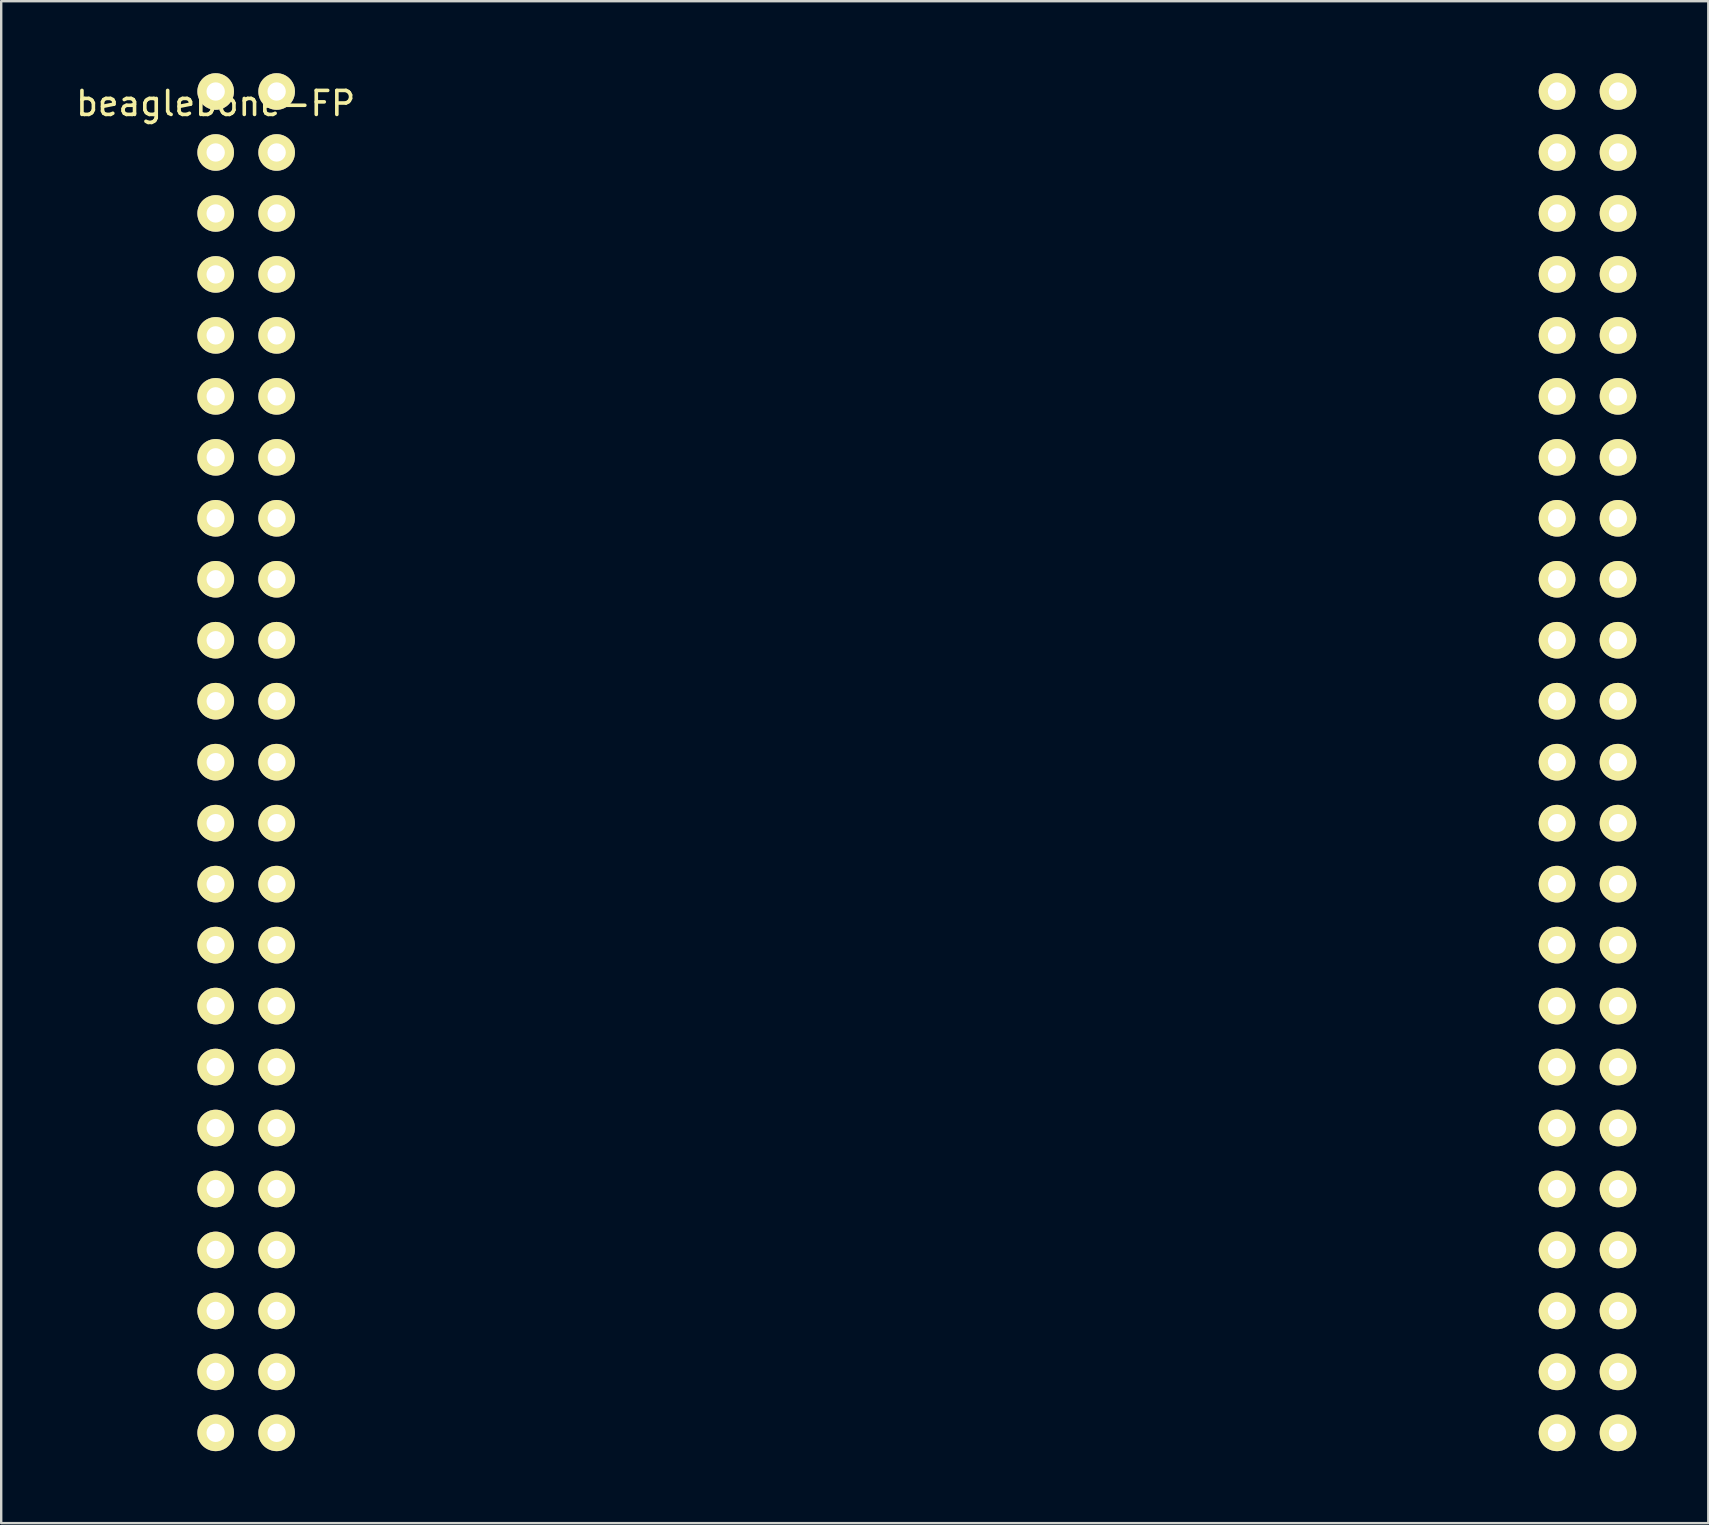
<source format=kicad_pcb>
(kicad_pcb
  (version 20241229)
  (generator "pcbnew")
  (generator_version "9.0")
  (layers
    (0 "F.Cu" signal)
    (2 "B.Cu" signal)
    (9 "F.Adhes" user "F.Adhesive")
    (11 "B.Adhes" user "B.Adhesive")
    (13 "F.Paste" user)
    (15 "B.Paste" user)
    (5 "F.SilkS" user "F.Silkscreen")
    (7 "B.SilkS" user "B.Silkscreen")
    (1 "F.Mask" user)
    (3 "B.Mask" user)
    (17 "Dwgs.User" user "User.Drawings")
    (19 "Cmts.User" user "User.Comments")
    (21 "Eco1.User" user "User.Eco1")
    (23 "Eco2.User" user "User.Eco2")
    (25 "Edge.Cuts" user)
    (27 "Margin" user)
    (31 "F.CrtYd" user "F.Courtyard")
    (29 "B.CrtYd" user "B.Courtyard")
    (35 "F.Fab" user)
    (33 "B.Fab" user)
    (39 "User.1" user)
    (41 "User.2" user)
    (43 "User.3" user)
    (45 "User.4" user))
  (footprint "beaglebone-FP"
    (layer "F.Cu")
    (at 7.205 0.762)
    (property "Reference" "beaglebone-FP" (at -1.27 0.5 0) (layer "F.SilkS") (effects (font (size 1 1) (thickness 0.15))))
    (attr through_hole)
    (pad "81" thru_hole circle (at 54.61 0) (size 1.524 1.524) (drill 0.762) (layers "*.Cu" "*.Mask" "F.SilkS"))
    (pad "82" thru_hole circle (at 57.15 0) (size 1.524 1.524) (drill 0.762) (layers "*.Cu" "*.Mask" "F.SilkS"))
    (pad "83" thru_hole circle (at 54.61 2.54) (size 1.524 1.524) (drill 0.762) (layers "*.Cu" "*.Mask" "F.SilkS"))
    (pad "84" thru_hole circle (at 57.15 2.54) (size 1.524 1.524) (drill 0.762) (layers "*.Cu" "*.Mask" "F.SilkS"))
    (pad "85" thru_hole circle (at 54.61 5.08) (size 1.524 1.524) (drill 0.762) (layers "*.Cu" "*.Mask" "F.SilkS"))
    (pad "86" thru_hole circle (at 57.15 5.08) (size 1.524 1.524) (drill 0.762) (layers "*.Cu" "*.Mask" "F.SilkS"))
    (pad "87" thru_hole circle (at 54.61 7.62) (size 1.524 1.524) (drill 0.762) (layers "*.Cu" "*.Mask" "F.SilkS"))
    (pad "88" thru_hole circle (at 57.15 7.62) (size 1.524 1.524) (drill 0.762) (layers "*.Cu" "*.Mask" "F.SilkS"))
    (pad "89" thru_hole circle (at 54.61 10.16) (size 1.524 1.524) (drill 0.762) (layers "*.Cu" "*.Mask" "F.SilkS"))
    (pad "90" thru_hole circle (at 57.15 10.16) (size 1.524 1.524) (drill 0.762) (layers "*.Cu" "*.Mask" "F.SilkS"))
    (pad "91" thru_hole circle (at -1.27 0) (size 1.524 1.524) (drill 0.762) (layers "*.Cu" "*.Mask" "F.SilkS"))
    (pad "91" thru_hole circle (at 54.61 12.7) (size 1.524 1.524) (drill 0.762) (layers "*.Cu" "*.Mask" "F.SilkS"))
    (pad "92" thru_hole circle (at 1.27 0) (size 1.524 1.524) (drill 0.762) (layers "*.Cu" "*.Mask" "F.SilkS"))
    (pad "92" thru_hole circle (at 57.15 12.7) (size 1.524 1.524) (drill 0.762) (layers "*.Cu" "*.Mask" "F.SilkS"))
    (pad "93" thru_hole circle (at -1.27 2.54) (size 1.524 1.524) (drill 0.762) (layers "*.Cu" "*.Mask" "F.SilkS"))
    (pad "93" thru_hole circle (at 54.61 15.24) (size 1.524 1.524) (drill 0.762) (layers "*.Cu" "*.Mask" "F.SilkS"))
    (pad "94" thru_hole circle (at 1.27 2.54) (size 1.524 1.524) (drill 0.762) (layers "*.Cu" "*.Mask" "F.SilkS"))
    (pad "94" thru_hole circle (at 57.15 15.24) (size 1.524 1.524) (drill 0.762) (layers "*.Cu" "*.Mask" "F.SilkS"))
    (pad "95" thru_hole circle (at -1.27 5.08) (size 1.524 1.524) (drill 0.762) (layers "*.Cu" "*.Mask" "F.SilkS"))
    (pad "95" thru_hole circle (at 54.61 17.78) (size 1.524 1.524) (drill 0.762) (layers "*.Cu" "*.Mask" "F.SilkS"))
    (pad "96" thru_hole circle (at 1.27 5.08) (size 1.524 1.524) (drill 0.762) (layers "*.Cu" "*.Mask" "F.SilkS"))
    (pad "96" thru_hole circle (at 57.15 17.78) (size 1.524 1.524) (drill 0.762) (layers "*.Cu" "*.Mask" "F.SilkS"))
    (pad "97" thru_hole circle (at -1.27 7.62) (size 1.524 1.524) (drill 0.762) (layers "*.Cu" "*.Mask" "F.SilkS"))
    (pad "97" thru_hole circle (at 54.61 20.32) (size 1.524 1.524) (drill 0.762) (layers "*.Cu" "*.Mask" "F.SilkS"))
    (pad "98" thru_hole circle (at 1.27 7.62) (size 1.524 1.524) (drill 0.762) (layers "*.Cu" "*.Mask" "F.SilkS"))
    (pad "98" thru_hole circle (at 57.15 20.32) (size 1.524 1.524) (drill 0.762) (layers "*.Cu" "*.Mask" "F.SilkS"))
    (pad "99" thru_hole circle (at -1.27 10.16) (size 1.524 1.524) (drill 0.762) (layers "*.Cu" "*.Mask" "F.SilkS"))
    (pad "99" thru_hole circle (at 54.61 22.86) (size 1.524 1.524) (drill 0.762) (layers "*.Cu" "*.Mask" "F.SilkS"))
    (pad "100" thru_hole circle (at 1.27 10.16) (size 1.524 1.524) (drill 0.762) (layers "*.Cu" "*.Mask" "F.SilkS"))
    (pad "100" thru_hole circle (at 57.15 22.86) (size 1.524 1.524) (drill 0.762) (layers "*.Cu" "*.Mask" "F.SilkS"))
    (pad "101" thru_hole circle (at -1.27 12.7) (size 1.524 1.524) (drill 0.762) (layers "*.Cu" "*.Mask" "F.SilkS"))
    (pad "101" thru_hole circle (at 54.61 25.4) (size 1.524 1.524) (drill 0.762) (layers "*.Cu" "*.Mask" "F.SilkS"))
    (pad "102" thru_hole circle (at 1.27 12.7) (size 1.524 1.524) (drill 0.762) (layers "*.Cu" "*.Mask" "F.SilkS"))
    (pad "102" thru_hole circle (at 57.15 25.4) (size 1.524 1.524) (drill 0.762) (layers "*.Cu" "*.Mask" "F.SilkS"))
    (pad "103" thru_hole circle (at -1.27 15.24) (size 1.524 1.524) (drill 0.762) (layers "*.Cu" "*.Mask" "F.SilkS"))
    (pad "103" thru_hole circle (at 54.61 27.94) (size 1.524 1.524) (drill 0.762) (layers "*.Cu" "*.Mask" "F.SilkS"))
    (pad "104" thru_hole circle (at 1.27 15.24) (size 1.524 1.524) (drill 0.762) (layers "*.Cu" "*.Mask" "F.SilkS"))
    (pad "104" thru_hole circle (at 57.15 27.94) (size 1.524 1.524) (drill 0.762) (layers "*.Cu" "*.Mask" "F.SilkS"))
    (pad "105" thru_hole circle (at -1.27 17.78) (size 1.524 1.524) (drill 0.762) (layers "*.Cu" "*.Mask" "F.SilkS"))
    (pad "105" thru_hole circle (at 54.61 30.48) (size 1.524 1.524) (drill 0.762) (layers "*.Cu" "*.Mask" "F.SilkS"))
    (pad "106" thru_hole circle (at 1.27 17.78) (size 1.524 1.524) (drill 0.762) (layers "*.Cu" "*.Mask" "F.SilkS"))
    (pad "106" thru_hole circle (at 57.15 30.48) (size 1.524 1.524) (drill 0.762) (layers "*.Cu" "*.Mask" "F.SilkS"))
    (pad "107" thru_hole circle (at -1.27 20.32) (size 1.524 1.524) (drill 0.762) (layers "*.Cu" "*.Mask" "F.SilkS"))
    (pad "107" thru_hole circle (at 54.61 33.02) (size 1.524 1.524) (drill 0.762) (layers "*.Cu" "*.Mask" "F.SilkS"))
    (pad "108" thru_hole circle (at 1.27 20.32) (size 1.524 1.524) (drill 0.762) (layers "*.Cu" "*.Mask" "F.SilkS"))
    (pad "108" thru_hole circle (at 57.15 33.02) (size 1.524 1.524) (drill 0.762) (layers "*.Cu" "*.Mask" "F.SilkS"))
    (pad "109" thru_hole circle (at -1.27 22.86) (size 1.524 1.524) (drill 0.762) (layers "*.Cu" "*.Mask" "F.SilkS"))
    (pad "109" thru_hole circle (at 54.61 35.56) (size 1.524 1.524) (drill 0.762) (layers "*.Cu" "*.Mask" "F.SilkS"))
    (pad "110" thru_hole circle (at 1.27 22.86) (size 1.524 1.524) (drill 0.762) (layers "*.Cu" "*.Mask" "F.SilkS"))
    (pad "110" thru_hole circle (at 57.15 35.56) (size 1.524 1.524) (drill 0.762) (layers "*.Cu" "*.Mask" "F.SilkS"))
    (pad "111" thru_hole circle (at -1.27 25.4) (size 1.524 1.524) (drill 0.762) (layers "*.Cu" "*.Mask" "F.SilkS"))
    (pad "111" thru_hole circle (at 54.61 38.1) (size 1.524 1.524) (drill 0.762) (layers "*.Cu" "*.Mask" "F.SilkS"))
    (pad "112" thru_hole circle (at 1.27 25.4) (size 1.524 1.524) (drill 0.762) (layers "*.Cu" "*.Mask" "F.SilkS"))
    (pad "112" thru_hole circle (at 57.15 38.1) (size 1.524 1.524) (drill 0.762) (layers "*.Cu" "*.Mask" "F.SilkS"))
    (pad "113" thru_hole circle (at -1.27 27.94) (size 1.524 1.524) (drill 0.762) (layers "*.Cu" "*.Mask" "F.SilkS"))
    (pad "113" thru_hole circle (at 54.61 40.64) (size 1.524 1.524) (drill 0.762) (layers "*.Cu" "*.Mask" "F.SilkS"))
    (pad "114" thru_hole circle (at 1.27 27.94) (size 1.524 1.524) (drill 0.762) (layers "*.Cu" "*.Mask" "F.SilkS"))
    (pad "114" thru_hole circle (at 57.15 40.64) (size 1.524 1.524) (drill 0.762) (layers "*.Cu" "*.Mask" "F.SilkS"))
    (pad "115" thru_hole circle (at -1.27 30.48) (size 1.524 1.524) (drill 0.762) (layers "*.Cu" "*.Mask" "F.SilkS"))
    (pad "115" thru_hole circle (at 54.61 43.18) (size 1.524 1.524) (drill 0.762) (layers "*.Cu" "*.Mask" "F.SilkS"))
    (pad "116" thru_hole circle (at 1.27 30.48) (size 1.524 1.524) (drill 0.762) (layers "*.Cu" "*.Mask" "F.SilkS"))
    (pad "116" thru_hole circle (at 57.15 43.18) (size 1.524 1.524) (drill 0.762) (layers "*.Cu" "*.Mask" "F.SilkS"))
    (pad "117" thru_hole circle (at -1.27 33.02) (size 1.524 1.524) (drill 0.762) (layers "*.Cu" "*.Mask" "F.SilkS"))
    (pad "117" thru_hole circle (at 54.61 45.72) (size 1.524 1.524) (drill 0.762) (layers "*.Cu" "*.Mask" "F.SilkS"))
    (pad "118" thru_hole circle (at 1.27 33.02) (size 1.524 1.524) (drill 0.762) (layers "*.Cu" "*.Mask" "F.SilkS"))
    (pad "118" thru_hole circle (at 57.15 45.72) (size 1.524 1.524) (drill 0.762) (layers "*.Cu" "*.Mask" "F.SilkS"))
    (pad "119" thru_hole circle (at -1.27 35.56) (size 1.524 1.524) (drill 0.762) (layers "*.Cu" "*.Mask" "F.SilkS"))
    (pad "119" thru_hole circle (at 54.61 48.26) (size 1.524 1.524) (drill 0.762) (layers "*.Cu" "*.Mask" "F.SilkS"))
    (pad "120" thru_hole circle (at 1.27 35.56) (size 1.524 1.524) (drill 0.762) (layers "*.Cu" "*.Mask" "F.SilkS"))
    (pad "120" thru_hole circle (at 57.15 48.26) (size 1.524 1.524) (drill 0.762) (layers "*.Cu" "*.Mask" "F.SilkS"))
    (pad "121" thru_hole circle (at -1.27 38.1) (size 1.524 1.524) (drill 0.762) (layers "*.Cu" "*.Mask" "F.SilkS"))
    (pad "121" thru_hole circle (at 54.61 50.8) (size 1.524 1.524) (drill 0.762) (layers "*.Cu" "*.Mask" "F.SilkS"))
    (pad "122" thru_hole circle (at 1.27 38.1) (size 1.524 1.524) (drill 0.762) (layers "*.Cu" "*.Mask" "F.SilkS"))
    (pad "122" thru_hole circle (at 57.15 50.8) (size 1.524 1.524) (drill 0.762) (layers "*.Cu" "*.Mask" "F.SilkS"))
    (pad "123" thru_hole circle (at -1.27 40.64) (size 1.524 1.524) (drill 0.762) (layers "*.Cu" "*.Mask" "F.SilkS"))
    (pad "123" thru_hole circle (at 54.61 53.34) (size 1.524 1.524) (drill 0.762) (layers "*.Cu" "*.Mask" "F.SilkS"))
    (pad "124" thru_hole circle (at 1.27 40.64) (size 1.524 1.524) (drill 0.762) (layers "*.Cu" "*.Mask" "F.SilkS"))
    (pad "124" thru_hole circle (at 57.15 53.34) (size 1.524 1.524) (drill 0.762) (layers "*.Cu" "*.Mask" "F.SilkS"))
    (pad "125" thru_hole circle (at -1.27 43.18) (size 1.524 1.524) (drill 0.762) (layers "*.Cu" "*.Mask" "F.SilkS"))
    (pad "125" thru_hole circle (at 54.61 55.88) (size 1.524 1.524) (drill 0.762) (layers "*.Cu" "*.Mask" "F.SilkS"))
    (pad "126" thru_hole circle (at 1.27 43.18) (size 1.524 1.524) (drill 0.762) (layers "*.Cu" "*.Mask" "F.SilkS"))
    (pad "126" thru_hole circle (at 57.15 55.88) (size 1.524 1.524) (drill 0.762) (layers "*.Cu" "*.Mask" "F.SilkS"))
    (pad "127" thru_hole circle (at -1.27 45.72) (size 1.524 1.524) (drill 0.762) (layers "*.Cu" "*.Mask" "F.SilkS"))
    (pad "128" thru_hole circle (at 1.27 45.72) (size 1.524 1.524) (drill 0.762) (layers "*.Cu" "*.Mask" "F.SilkS"))
    (pad "129" thru_hole circle (at -1.27 48.26) (size 1.524 1.524) (drill 0.762) (layers "*.Cu" "*.Mask" "F.SilkS"))
    (pad "130" thru_hole circle (at 1.27 48.26) (size 1.524 1.524) (drill 0.762) (layers "*.Cu" "*.Mask" "F.SilkS"))
    (pad "131" thru_hole circle (at -1.27 50.8) (size 1.524 1.524) (drill 0.762) (layers "*.Cu" "*.Mask" "F.SilkS"))
    (pad "132" thru_hole circle (at 1.27 50.8) (size 1.524 1.524) (drill 0.762) (layers "*.Cu" "*.Mask" "F.SilkS"))
    (pad "133" thru_hole circle (at -1.27 53.34) (size 1.524 1.524) (drill 0.762) (layers "*.Cu" "*.Mask" "F.SilkS"))
    (pad "134" thru_hole circle (at 1.27 53.34) (size 1.524 1.524) (drill 0.762) (layers "*.Cu" "*.Mask" "F.SilkS"))
    (pad "135" thru_hole circle (at -1.27 55.88) (size 1.524 1.524) (drill 0.762) (layers "*.Cu" "*.Mask" "F.SilkS"))
    (pad "136" thru_hole circle (at 1.27 55.88) (size 1.524 1.524) (drill 0.762) (layers "*.Cu" "*.Mask" "F.SilkS")))
  (gr_rect
    (start -3 -3)
    (end 68.117 60.404)
    (stroke (width 0.1) (type default))
    (fill no)
    (layer "Edge.Cuts")))
</source>
